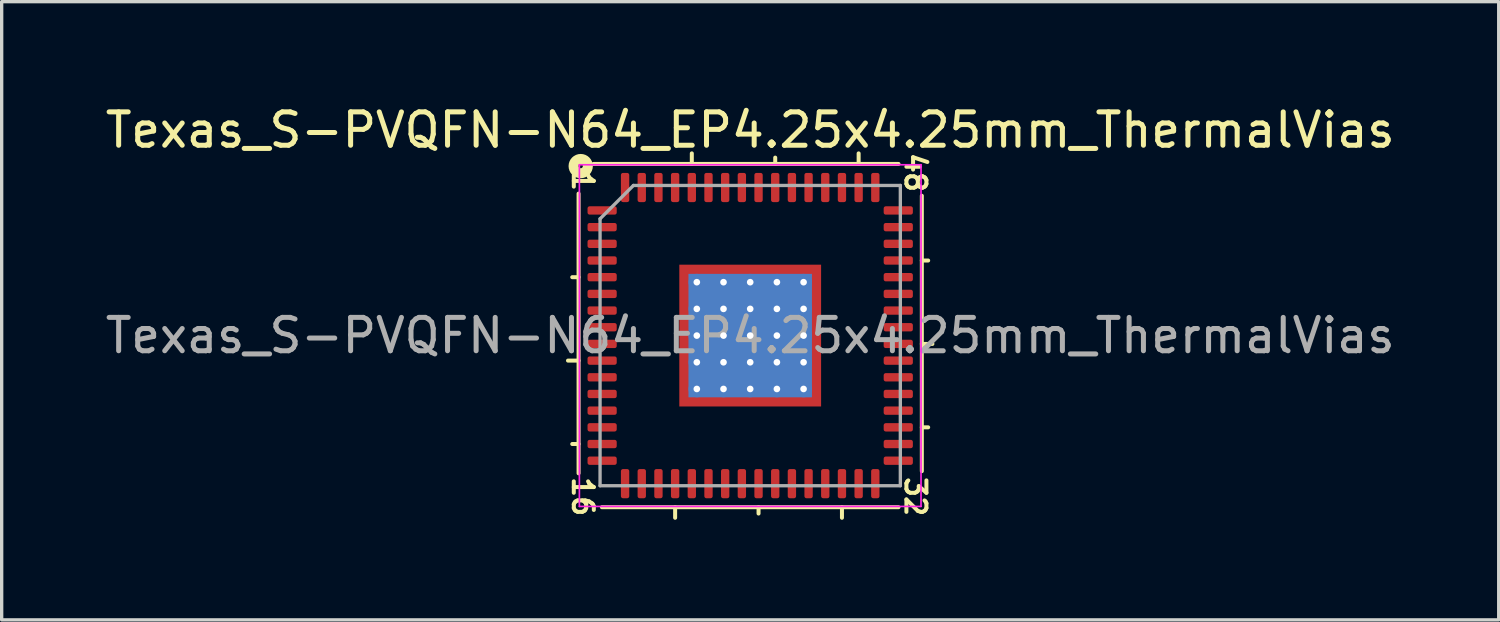
<source format=kicad_pcb>
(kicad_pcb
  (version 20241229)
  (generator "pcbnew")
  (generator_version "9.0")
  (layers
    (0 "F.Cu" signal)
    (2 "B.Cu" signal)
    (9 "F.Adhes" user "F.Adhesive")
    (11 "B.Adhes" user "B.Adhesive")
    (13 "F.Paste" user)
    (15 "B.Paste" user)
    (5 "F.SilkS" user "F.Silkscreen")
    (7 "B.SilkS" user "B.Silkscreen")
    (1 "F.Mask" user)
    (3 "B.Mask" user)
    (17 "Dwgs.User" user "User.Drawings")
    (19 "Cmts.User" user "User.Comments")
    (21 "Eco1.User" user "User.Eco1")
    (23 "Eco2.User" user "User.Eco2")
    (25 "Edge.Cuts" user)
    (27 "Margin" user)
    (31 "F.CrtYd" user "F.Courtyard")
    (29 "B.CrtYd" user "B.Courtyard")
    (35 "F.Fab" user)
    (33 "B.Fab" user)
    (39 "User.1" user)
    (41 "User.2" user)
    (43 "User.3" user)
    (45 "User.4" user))
  (footprint "Texas_S-PVQFN-N64_EP4.25x4.25mm_ThermalVias"
    (layer "F.Cu")
    (at 19.435 7.008)
    (property "Reference" "Texas_S-PVQFN-N64_EP4.25x4.25mm_ThermalVias" (at 0 -6.16 0) (layer "F.SilkS") (effects (font (size 1 1) (thickness 0.15))))
    (attr smd)
    (fp_line (start -5.144 -4.255) (end -5.144 4.128) (stroke (width 0.12) (type solid)) (layer "F.SilkS"))
    (fp_line (start -5.144 -1.75) (end -5.334 -1.75) (stroke (width 0.12) (type solid)) (layer "F.SilkS"))
    (fp_line (start -5.144 0.75) (end -5.461 0.75) (stroke (width 0.12) (type solid)) (layer "F.SilkS"))
    (fp_line (start -5.144 3.25) (end -5.334 3.25) (stroke (width 0.12) (type solid)) (layer "F.SilkS"))
    (fp_line (start -4.445 5.144) (end 4.445 5.144) (stroke (width 0.12) (type solid)) (layer "F.SilkS"))
    (fp_line (start -2.25 5.461) (end -2.25 5.144) (stroke (width 0.12) (type solid)) (layer "F.SilkS"))
    (fp_line (start -1.75 -5.144) (end -1.75 -5.461) (stroke (width 0.12) (type solid)) (layer "F.SilkS"))
    (fp_line (start 0.25 5.334) (end 0.25 5.144) (stroke (width 0.12) (type solid)) (layer "F.SilkS"))
    (fp_line (start 0.75 -5.144) (end 0.75 -5.334) (stroke (width 0.12) (type solid)) (layer "F.SilkS"))
    (fp_line (start 2.75 5.461) (end 2.75 5.144) (stroke (width 0.12) (type solid)) (layer "F.SilkS"))
    (fp_line (start 3.25 -5.144) (end 3.25 -5.461) (stroke (width 0.12) (type solid)) (layer "F.SilkS"))
    (fp_line (start 4.445 -5.144) (end -4.699 -5.144) (stroke (width 0.12) (type solid)) (layer "F.SilkS"))
    (fp_line (start 5.144 -2.25) (end 5.334 -2.25) (stroke (width 0.12) (type solid)) (layer "F.SilkS"))
    (fp_line (start 5.144 0.25) (end 5.461 0.25) (stroke (width 0.12) (type solid)) (layer "F.SilkS"))
    (fp_line (start 5.144 2.75) (end 5.334 2.75) (stroke (width 0.12) (type solid)) (layer "F.SilkS"))
    (fp_line (start 5.144 4.064) (end 5.144 -4.191) (stroke (width 0.12) (type solid)) (layer "F.SilkS"))
    (fp_circle (center -5.08 -5.08) (end -5.016 -5.08) (stroke (width 0.3) (type solid)) (fill no) (layer "F.SilkS"))
    (fp_line (start -5.12 -5.12) (end -5.12 5.12) (stroke (width 0.05) (type solid)) (layer "F.CrtYd"))
    (fp_line (start -5.12 5.12) (end 5.12 5.12) (stroke (width 0.05) (type solid)) (layer "F.CrtYd"))
    (fp_line (start 5.12 -5.12) (end -5.12 -5.12) (stroke (width 0.05) (type solid)) (layer "F.CrtYd"))
    (fp_line (start 5.12 5.12) (end 5.12 -5.12) (stroke (width 0.05) (type solid)) (layer "F.CrtYd"))
    (fp_line (start -4.5 -3.5) (end -3.5 -4.5) (stroke (width 0.1) (type solid)) (layer "F.Fab"))
    (fp_line (start -4.5 4.5) (end -4.5 -3.5) (stroke (width 0.1) (type solid)) (layer "F.Fab"))
    (fp_line (start -3.5 -4.5) (end 4.5 -4.5) (stroke (width 0.1) (type solid)) (layer "F.Fab"))
    (fp_line (start 4.5 -4.5) (end 4.5 4.5) (stroke (width 0.1) (type solid)) (layer "F.Fab"))
    (fp_line (start 4.5 4.5) (end -4.5 4.5) (stroke (width 0.1) (type solid)) (layer "F.Fab"))
    (fp_text user "16" (at -5.016 4.826 270) (unlocked yes) (layer "F.SilkS") (effects (font (size 0.6 0.6) (thickness 0.12))))
    (fp_text user "32" (at 4.953 4.826 270) (unlocked yes) (layer "F.SilkS") (effects (font (size 0.6 0.6) (thickness 0.12))))
    (fp_text user "1" (at -5.016 -4.636 270) (unlocked yes) (layer "F.SilkS") (effects (font (size 0.6 0.6) (thickness 0.12))))
    (fp_text user "48" (at 4.953 -4.889 270) (unlocked yes) (layer "F.SilkS") (effects (font (size 0.6 0.6) (thickness 0.12))))
    (fp_text user "${REFERENCE}" (at 0 0 0) (layer "F.Fab") (effects (font (size 1 1) (thickness 0.15))))
    (pad "" smd custom (at -1.863 -1.863) (size 0.295 0.295) (layers "F.Paste") (options (anchor circle)) (primitives (gr_poly (pts (xy 0.106 -0.013) (xy -0.013 0.106) (xy -0.106 0.106) (xy -0.106 -0.106) (xy 0.106 -0.106)) (width 0.212) (fill yes))))
    (pad "" smd custom (at -1.863 -1.2) (size 0.314 0.314) (layers "F.Paste") (options (anchor circle)) (primitives (gr_poly (pts (xy 0.106 -0.124) (xy 0.106 0.124) (xy 0.013 0.217) (xy -0.106 0.217) (xy -0.106 -0.217) (xy 0.013 -0.217)) (width 0.212) (fill yes))))
    (pad "" smd custom (at -1.863 -0.4) (size 0.314 0.314) (layers "F.Paste") (options (anchor circle)) (primitives (gr_poly (pts (xy 0.106 -0.124) (xy 0.106 0.124) (xy 0.013 0.217) (xy -0.106 0.217) (xy -0.106 -0.217) (xy 0.013 -0.217)) (width 0.212) (fill yes))))
    (pad "" smd custom (at -1.863 0.4) (size 0.314 0.314) (layers "F.Paste") (options (anchor circle)) (primitives (gr_poly (pts (xy 0.106 -0.124) (xy 0.106 0.124) (xy 0.013 0.217) (xy -0.106 0.217) (xy -0.106 -0.217) (xy 0.013 -0.217)) (width 0.212) (fill yes))))
    (pad "" smd custom (at -1.863 1.2) (size 0.314 0.314) (layers "F.Paste") (options (anchor circle)) (primitives (gr_poly (pts (xy 0.106 -0.124) (xy 0.106 0.124) (xy 0.013 0.217) (xy -0.106 0.217) (xy -0.106 -0.217) (xy 0.013 -0.217)) (width 0.212) (fill yes))))
    (pad "" smd custom (at -1.863 1.863) (size 0.295 0.295) (layers "F.Paste") (options (anchor circle)) (primitives (gr_poly (pts (xy 0.106 0.013) (xy 0.106 0.106) (xy -0.106 0.106) (xy -0.106 -0.106) (xy -0.013 -0.106)) (width 0.212) (fill yes))))
    (pad "" smd custom (at -1.2 -1.863) (size 0.314 0.314) (layers "F.Paste") (options (anchor circle)) (primitives (gr_poly (pts (xy 0.217 0.013) (xy 0.124 0.106) (xy -0.124 0.106) (xy -0.217 0.013) (xy -0.217 -0.106) (xy 0.217 -0.106)) (width 0.212) (fill yes))))
    (pad "" smd custom (at -1.2 -1.2) (size 0.555 0.555) (layers "F.Paste") (options (anchor circle)) (primitives (gr_poly (pts (xy 0.232 -0.157) (xy 0.232 0.157) (xy 0.157 0.232) (xy -0.157 0.232) (xy -0.232 0.157) (xy -0.232 -0.157) (xy -0.157 -0.232) (xy 0.157 -0.232)) (width 0.181) (fill yes))))
    (pad "" smd custom (at -1.2 -0.4) (size 0.555 0.555) (layers "F.Paste") (options (anchor circle)) (primitives (gr_poly (pts (xy 0.232 -0.157) (xy 0.232 0.157) (xy 0.157 0.232) (xy -0.157 0.232) (xy -0.232 0.157) (xy -0.232 -0.157) (xy -0.157 -0.232) (xy 0.157 -0.232)) (width 0.181) (fill yes))))
    (pad "" smd custom (at -1.2 0.4) (size 0.555 0.555) (layers "F.Paste") (options (anchor circle)) (primitives (gr_poly (pts (xy 0.232 -0.157) (xy 0.232 0.157) (xy 0.157 0.232) (xy -0.157 0.232) (xy -0.232 0.157) (xy -0.232 -0.157) (xy -0.157 -0.232) (xy 0.157 -0.232)) (width 0.181) (fill yes))))
    (pad "" smd custom (at -1.2 1.2) (size 0.555 0.555) (layers "F.Paste") (options (anchor circle)) (primitives (gr_poly (pts (xy 0.232 -0.157) (xy 0.232 0.157) (xy 0.157 0.232) (xy -0.157 0.232) (xy -0.232 0.157) (xy -0.232 -0.157) (xy -0.157 -0.232) (xy 0.157 -0.232)) (width 0.181) (fill yes))))
    (pad "" smd custom (at -1.2 1.863) (size 0.314 0.314) (layers "F.Paste") (options (anchor circle)) (primitives (gr_poly (pts (xy 0.217 -0.013) (xy 0.217 0.106) (xy -0.217 0.106) (xy -0.217 -0.013) (xy -0.124 -0.106) (xy 0.124 -0.106)) (width 0.212) (fill yes))))
    (pad "" smd custom (at -0.4 -1.863) (size 0.314 0.314) (layers "F.Paste") (options (anchor circle)) (primitives (gr_poly (pts (xy 0.217 0.013) (xy 0.124 0.106) (xy -0.124 0.106) (xy -0.217 0.013) (xy -0.217 -0.106) (xy 0.217 -0.106)) (width 0.212) (fill yes))))
    (pad "" smd custom (at -0.4 -1.2) (size 0.555 0.555) (layers "F.Paste") (options (anchor circle)) (primitives (gr_poly (pts (xy 0.232 -0.157) (xy 0.232 0.157) (xy 0.157 0.232) (xy -0.157 0.232) (xy -0.232 0.157) (xy -0.232 -0.157) (xy -0.157 -0.232) (xy 0.157 -0.232)) (width 0.181) (fill yes))))
    (pad "" smd custom (at -0.4 -0.4) (size 0.555 0.555) (layers "F.Paste") (options (anchor circle)) (primitives (gr_poly (pts (xy 0.232 -0.157) (xy 0.232 0.157) (xy 0.157 0.232) (xy -0.157 0.232) (xy -0.232 0.157) (xy -0.232 -0.157) (xy -0.157 -0.232) (xy 0.157 -0.232)) (width 0.181) (fill yes))))
    (pad "" smd custom (at -0.4 0.4) (size 0.555 0.555) (layers "F.Paste") (options (anchor circle)) (primitives (gr_poly (pts (xy 0.232 -0.157) (xy 0.232 0.157) (xy 0.157 0.232) (xy -0.157 0.232) (xy -0.232 0.157) (xy -0.232 -0.157) (xy -0.157 -0.232) (xy 0.157 -0.232)) (width 0.181) (fill yes))))
    (pad "" smd custom (at -0.4 1.2) (size 0.555 0.555) (layers "F.Paste") (options (anchor circle)) (primitives (gr_poly (pts (xy 0.232 -0.157) (xy 0.232 0.157) (xy 0.157 0.232) (xy -0.157 0.232) (xy -0.232 0.157) (xy -0.232 -0.157) (xy -0.157 -0.232) (xy 0.157 -0.232)) (width 0.181) (fill yes))))
    (pad "" smd custom (at -0.4 1.863) (size 0.314 0.314) (layers "F.Paste") (options (anchor circle)) (primitives (gr_poly (pts (xy 0.217 -0.013) (xy 0.217 0.106) (xy -0.217 0.106) (xy -0.217 -0.013) (xy -0.124 -0.106) (xy 0.124 -0.106)) (width 0.212) (fill yes))))
    (pad "" smd custom (at 0.4 -1.863) (size 0.314 0.314) (layers "F.Paste") (options (anchor circle)) (primitives (gr_poly (pts (xy 0.217 0.013) (xy 0.124 0.106) (xy -0.124 0.106) (xy -0.217 0.013) (xy -0.217 -0.106) (xy 0.217 -0.106)) (width 0.212) (fill yes))))
    (pad "" smd custom (at 0.4 -1.2) (size 0.555 0.555) (layers "F.Paste") (options (anchor circle)) (primitives (gr_poly (pts (xy 0.232 -0.157) (xy 0.232 0.157) (xy 0.157 0.232) (xy -0.157 0.232) (xy -0.232 0.157) (xy -0.232 -0.157) (xy -0.157 -0.232) (xy 0.157 -0.232)) (width 0.181) (fill yes))))
    (pad "" smd custom (at 0.4 -0.4) (size 0.555 0.555) (layers "F.Paste") (options (anchor circle)) (primitives (gr_poly (pts (xy 0.232 -0.157) (xy 0.232 0.157) (xy 0.157 0.232) (xy -0.157 0.232) (xy -0.232 0.157) (xy -0.232 -0.157) (xy -0.157 -0.232) (xy 0.157 -0.232)) (width 0.181) (fill yes))))
    (pad "" smd custom (at 0.4 0.4) (size 0.555 0.555) (layers "F.Paste") (options (anchor circle)) (primitives (gr_poly (pts (xy 0.232 -0.157) (xy 0.232 0.157) (xy 0.157 0.232) (xy -0.157 0.232) (xy -0.232 0.157) (xy -0.232 -0.157) (xy -0.157 -0.232) (xy 0.157 -0.232)) (width 0.181) (fill yes))))
    (pad "" smd custom (at 0.4 1.2) (size 0.555 0.555) (layers "F.Paste") (options (anchor circle)) (primitives (gr_poly (pts (xy 0.232 -0.157) (xy 0.232 0.157) (xy 0.157 0.232) (xy -0.157 0.232) (xy -0.232 0.157) (xy -0.232 -0.157) (xy -0.157 -0.232) (xy 0.157 -0.232)) (width 0.181) (fill yes))))
    (pad "" smd custom (at 0.4 1.863) (size 0.314 0.314) (layers "F.Paste") (options (anchor circle)) (primitives (gr_poly (pts (xy 0.217 -0.013) (xy 0.217 0.106) (xy -0.217 0.106) (xy -0.217 -0.013) (xy -0.124 -0.106) (xy 0.124 -0.106)) (width 0.212) (fill yes))))
    (pad "" smd custom (at 1.2 -1.863) (size 0.314 0.314) (layers "F.Paste") (options (anchor circle)) (primitives (gr_poly (pts (xy 0.217 0.013) (xy 0.124 0.106) (xy -0.124 0.106) (xy -0.217 0.013) (xy -0.217 -0.106) (xy 0.217 -0.106)) (width 0.212) (fill yes))))
    (pad "" smd custom (at 1.2 -1.2) (size 0.555 0.555) (layers "F.Paste") (options (anchor circle)) (primitives (gr_poly (pts (xy 0.232 -0.157) (xy 0.232 0.157) (xy 0.157 0.232) (xy -0.157 0.232) (xy -0.232 0.157) (xy -0.232 -0.157) (xy -0.157 -0.232) (xy 0.157 -0.232)) (width 0.181) (fill yes))))
    (pad "" smd custom (at 1.2 -0.4) (size 0.555 0.555) (layers "F.Paste") (options (anchor circle)) (primitives (gr_poly (pts (xy 0.232 -0.157) (xy 0.232 0.157) (xy 0.157 0.232) (xy -0.157 0.232) (xy -0.232 0.157) (xy -0.232 -0.157) (xy -0.157 -0.232) (xy 0.157 -0.232)) (width 0.181) (fill yes))))
    (pad "" smd custom (at 1.2 0.4) (size 0.555 0.555) (layers "F.Paste") (options (anchor circle)) (primitives (gr_poly (pts (xy 0.232 -0.157) (xy 0.232 0.157) (xy 0.157 0.232) (xy -0.157 0.232) (xy -0.232 0.157) (xy -0.232 -0.157) (xy -0.157 -0.232) (xy 0.157 -0.232)) (width 0.181) (fill yes))))
    (pad "" smd custom (at 1.2 1.2) (size 0.555 0.555) (layers "F.Paste") (options (anchor circle)) (primitives (gr_poly (pts (xy 0.232 -0.157) (xy 0.232 0.157) (xy 0.157 0.232) (xy -0.157 0.232) (xy -0.232 0.157) (xy -0.232 -0.157) (xy -0.157 -0.232) (xy 0.157 -0.232)) (width 0.181) (fill yes))))
    (pad "" smd custom (at 1.2 1.863) (size 0.314 0.314) (layers "F.Paste") (options (anchor circle)) (primitives (gr_poly (pts (xy 0.217 -0.013) (xy 0.217 0.106) (xy -0.217 0.106) (xy -0.217 -0.013) (xy -0.124 -0.106) (xy 0.124 -0.106)) (width 0.212) (fill yes))))
    (pad "" smd custom (at 1.863 -1.863) (size 0.295 0.295) (layers "F.Paste") (options (anchor circle)) (primitives (gr_poly (pts (xy 0.106 0.106) (xy 0.013 0.106) (xy -0.106 -0.013) (xy -0.106 -0.106) (xy 0.106 -0.106)) (width 0.212) (fill yes))))
    (pad "" smd custom (at 1.863 -1.2) (size 0.314 0.314) (layers "F.Paste") (options (anchor circle)) (primitives (gr_poly (pts (xy 0.106 0.217) (xy -0.013 0.217) (xy -0.106 0.124) (xy -0.106 -0.124) (xy -0.013 -0.217) (xy 0.106 -0.217)) (width 0.212) (fill yes))))
    (pad "" smd custom (at 1.863 -0.4) (size 0.314 0.314) (layers "F.Paste") (options (anchor circle)) (primitives (gr_poly (pts (xy 0.106 0.217) (xy -0.013 0.217) (xy -0.106 0.124) (xy -0.106 -0.124) (xy -0.013 -0.217) (xy 0.106 -0.217)) (width 0.212) (fill yes))))
    (pad "" smd custom (at 1.863 0.4) (size 0.314 0.314) (layers "F.Paste") (options (anchor circle)) (primitives (gr_poly (pts (xy 0.106 0.217) (xy -0.013 0.217) (xy -0.106 0.124) (xy -0.106 -0.124) (xy -0.013 -0.217) (xy 0.106 -0.217)) (width 0.212) (fill yes))))
    (pad "" smd custom (at 1.863 1.2) (size 0.314 0.314) (layers "F.Paste") (options (anchor circle)) (primitives (gr_poly (pts (xy 0.106 0.217) (xy -0.013 0.217) (xy -0.106 0.124) (xy -0.106 -0.124) (xy -0.013 -0.217) (xy 0.106 -0.217)) (width 0.212) (fill yes))))
    (pad "" smd custom (at 1.863 1.863) (size 0.295 0.295) (layers "F.Paste") (options (anchor circle)) (primitives (gr_poly (pts (xy 0.106 0.106) (xy -0.106 0.106) (xy -0.106 0.013) (xy 0.013 -0.106) (xy 0.106 -0.106)) (width 0.212) (fill yes))))
    (pad "1" smd roundrect (at -4.438 -3.75) (size 0.875 0.25) (layers "F.Cu" "F.Mask" "F.Paste") (roundrect_rratio 0.25))
    (pad "2" smd roundrect (at -4.438 -3.25) (size 0.875 0.25) (layers "F.Cu" "F.Mask" "F.Paste") (roundrect_rratio 0.25))
    (pad "3" smd roundrect (at -4.438 -2.75) (size 0.875 0.25) (layers "F.Cu" "F.Mask" "F.Paste") (roundrect_rratio 0.25))
    (pad "4" smd roundrect (at -4.438 -2.25) (size 0.875 0.25) (layers "F.Cu" "F.Mask" "F.Paste") (roundrect_rratio 0.25))
    (pad "5" smd roundrect (at -4.438 -1.75) (size 0.875 0.25) (layers "F.Cu" "F.Mask" "F.Paste") (roundrect_rratio 0.25))
    (pad "6" smd roundrect (at -4.438 -1.25) (size 0.875 0.25) (layers "F.Cu" "F.Mask" "F.Paste") (roundrect_rratio 0.25))
    (pad "7" smd roundrect (at -4.438 -0.75) (size 0.875 0.25) (layers "F.Cu" "F.Mask" "F.Paste") (roundrect_rratio 0.25))
    (pad "8" smd roundrect (at -4.438 -0.25) (size 0.875 0.25) (layers "F.Cu" "F.Mask" "F.Paste") (roundrect_rratio 0.25))
    (pad "9" smd roundrect (at -4.438 0.25) (size 0.875 0.25) (layers "F.Cu" "F.Mask" "F.Paste") (roundrect_rratio 0.25))
    (pad "10" smd roundrect (at -4.438 0.75) (size 0.875 0.25) (layers "F.Cu" "F.Mask" "F.Paste") (roundrect_rratio 0.25))
    (pad "11" smd roundrect (at -4.438 1.25) (size 0.875 0.25) (layers "F.Cu" "F.Mask" "F.Paste") (roundrect_rratio 0.25))
    (pad "12" smd roundrect (at -4.438 1.75) (size 0.875 0.25) (layers "F.Cu" "F.Mask" "F.Paste") (roundrect_rratio 0.25))
    (pad "13" smd roundrect (at -4.438 2.25) (size 0.875 0.25) (layers "F.Cu" "F.Mask" "F.Paste") (roundrect_rratio 0.25))
    (pad "14" smd roundrect (at -4.438 2.75) (size 0.875 0.25) (layers "F.Cu" "F.Mask" "F.Paste") (roundrect_rratio 0.25))
    (pad "15" smd roundrect (at -4.438 3.25) (size 0.875 0.25) (layers "F.Cu" "F.Mask" "F.Paste") (roundrect_rratio 0.25))
    (pad "16" smd roundrect (at -4.438 3.75) (size 0.875 0.25) (layers "F.Cu" "F.Mask" "F.Paste") (roundrect_rratio 0.25))
    (pad "17" smd roundrect (at -3.75 4.438) (size 0.25 0.875) (layers "F.Cu" "F.Mask" "F.Paste") (roundrect_rratio 0.25))
    (pad "18" smd roundrect (at -3.25 4.438) (size 0.25 0.875) (layers "F.Cu" "F.Mask" "F.Paste") (roundrect_rratio 0.25))
    (pad "19" smd roundrect (at -2.75 4.438) (size 0.25 0.875) (layers "F.Cu" "F.Mask" "F.Paste") (roundrect_rratio 0.25))
    (pad "20" smd roundrect (at -2.25 4.438) (size 0.25 0.875) (layers "F.Cu" "F.Mask" "F.Paste") (roundrect_rratio 0.25))
    (pad "21" smd roundrect (at -1.75 4.438) (size 0.25 0.875) (layers "F.Cu" "F.Mask" "F.Paste") (roundrect_rratio 0.25))
    (pad "22" smd roundrect (at -1.25 4.438) (size 0.25 0.875) (layers "F.Cu" "F.Mask" "F.Paste") (roundrect_rratio 0.25))
    (pad "23" smd roundrect (at -0.75 4.438) (size 0.25 0.875) (layers "F.Cu" "F.Mask" "F.Paste") (roundrect_rratio 0.25))
    (pad "24" smd roundrect (at -0.25 4.438) (size 0.25 0.875) (layers "F.Cu" "F.Mask" "F.Paste") (roundrect_rratio 0.25))
    (pad "25" smd roundrect (at 0.25 4.438) (size 0.25 0.875) (layers "F.Cu" "F.Mask" "F.Paste") (roundrect_rratio 0.25))
    (pad "26" smd roundrect (at 0.75 4.438) (size 0.25 0.875) (layers "F.Cu" "F.Mask" "F.Paste") (roundrect_rratio 0.25))
    (pad "27" smd roundrect (at 1.25 4.438) (size 0.25 0.875) (layers "F.Cu" "F.Mask" "F.Paste") (roundrect_rratio 0.25))
    (pad "28" smd roundrect (at 1.75 4.438) (size 0.25 0.875) (layers "F.Cu" "F.Mask" "F.Paste") (roundrect_rratio 0.25))
    (pad "29" smd roundrect (at 2.25 4.438) (size 0.25 0.875) (layers "F.Cu" "F.Mask" "F.Paste") (roundrect_rratio 0.25))
    (pad "30" smd roundrect (at 2.75 4.438) (size 0.25 0.875) (layers "F.Cu" "F.Mask" "F.Paste") (roundrect_rratio 0.25))
    (pad "31" smd roundrect (at 3.25 4.438) (size 0.25 0.875) (layers "F.Cu" "F.Mask" "F.Paste") (roundrect_rratio 0.25))
    (pad "32" smd roundrect (at 3.75 4.438) (size 0.25 0.875) (layers "F.Cu" "F.Mask" "F.Paste") (roundrect_rratio 0.25))
    (pad "33" smd roundrect (at 4.438 3.75) (size 0.875 0.25) (layers "F.Cu" "F.Mask" "F.Paste") (roundrect_rratio 0.25))
    (pad "34" smd roundrect (at 4.438 3.25) (size 0.875 0.25) (layers "F.Cu" "F.Mask" "F.Paste") (roundrect_rratio 0.25))
    (pad "35" smd roundrect (at 4.438 2.75) (size 0.875 0.25) (layers "F.Cu" "F.Mask" "F.Paste") (roundrect_rratio 0.25))
    (pad "36" smd roundrect (at 4.438 2.25) (size 0.875 0.25) (layers "F.Cu" "F.Mask" "F.Paste") (roundrect_rratio 0.25))
    (pad "37" smd roundrect (at 4.438 1.75) (size 0.875 0.25) (layers "F.Cu" "F.Mask" "F.Paste") (roundrect_rratio 0.25))
    (pad "38" smd roundrect (at 4.438 1.25) (size 0.875 0.25) (layers "F.Cu" "F.Mask" "F.Paste") (roundrect_rratio 0.25))
    (pad "39" smd roundrect (at 4.438 0.75) (size 0.875 0.25) (layers "F.Cu" "F.Mask" "F.Paste") (roundrect_rratio 0.25))
    (pad "40" smd roundrect (at 4.438 0.25) (size 0.875 0.25) (layers "F.Cu" "F.Mask" "F.Paste") (roundrect_rratio 0.25))
    (pad "41" smd roundrect (at 4.438 -0.25) (size 0.875 0.25) (layers "F.Cu" "F.Mask" "F.Paste") (roundrect_rratio 0.25))
    (pad "42" smd roundrect (at 4.438 -0.75) (size 0.875 0.25) (layers "F.Cu" "F.Mask" "F.Paste") (roundrect_rratio 0.25))
    (pad "43" smd roundrect (at 4.438 -1.25) (size 0.875 0.25) (layers "F.Cu" "F.Mask" "F.Paste") (roundrect_rratio 0.25))
    (pad "44" smd roundrect (at 4.438 -1.75) (size 0.875 0.25) (layers "F.Cu" "F.Mask" "F.Paste") (roundrect_rratio 0.25))
    (pad "45" smd roundrect (at 4.438 -2.25) (size 0.875 0.25) (layers "F.Cu" "F.Mask" "F.Paste") (roundrect_rratio 0.25))
    (pad "46" smd roundrect (at 4.438 -2.75) (size 0.875 0.25) (layers "F.Cu" "F.Mask" "F.Paste") (roundrect_rratio 0.25))
    (pad "47" smd roundrect (at 4.438 -3.25) (size 0.875 0.25) (layers "F.Cu" "F.Mask" "F.Paste") (roundrect_rratio 0.25))
    (pad "48" smd roundrect (at 4.438 -3.75) (size 0.875 0.25) (layers "F.Cu" "F.Mask" "F.Paste") (roundrect_rratio 0.25))
    (pad "49" smd roundrect (at 3.75 -4.438) (size 0.25 0.875) (layers "F.Cu" "F.Mask" "F.Paste") (roundrect_rratio 0.25))
    (pad "50" smd roundrect (at 3.25 -4.438) (size 0.25 0.875) (layers "F.Cu" "F.Mask" "F.Paste") (roundrect_rratio 0.25))
    (pad "51" smd roundrect (at 2.75 -4.438) (size 0.25 0.875) (layers "F.Cu" "F.Mask" "F.Paste") (roundrect_rratio 0.25))
    (pad "52" smd roundrect (at 2.25 -4.438) (size 0.25 0.875) (layers "F.Cu" "F.Mask" "F.Paste") (roundrect_rratio 0.25))
    (pad "53" smd roundrect (at 1.75 -4.438) (size 0.25 0.875) (layers "F.Cu" "F.Mask" "F.Paste") (roundrect_rratio 0.25))
    (pad "54" smd roundrect (at 1.25 -4.438) (size 0.25 0.875) (layers "F.Cu" "F.Mask" "F.Paste") (roundrect_rratio 0.25))
    (pad "55" smd roundrect (at 0.75 -4.438) (size 0.25 0.875) (layers "F.Cu" "F.Mask" "F.Paste") (roundrect_rratio 0.25))
    (pad "56" smd roundrect (at 0.25 -4.438) (size 0.25 0.875) (layers "F.Cu" "F.Mask" "F.Paste") (roundrect_rratio 0.25))
    (pad "57" smd roundrect (at -0.25 -4.438) (size 0.25 0.875) (layers "F.Cu" "F.Mask" "F.Paste") (roundrect_rratio 0.25))
    (pad "58" smd roundrect (at -0.75 -4.438) (size 0.25 0.875) (layers "F.Cu" "F.Mask" "F.Paste") (roundrect_rratio 0.25))
    (pad "59" smd roundrect (at -1.25 -4.438) (size 0.25 0.875) (layers "F.Cu" "F.Mask" "F.Paste") (roundrect_rratio 0.25))
    (pad "60" smd roundrect (at -1.75 -4.438) (size 0.25 0.875) (layers "F.Cu" "F.Mask" "F.Paste") (roundrect_rratio 0.25))
    (pad "61" smd roundrect (at -2.25 -4.438) (size 0.25 0.875) (layers "F.Cu" "F.Mask" "F.Paste") (roundrect_rratio 0.25))
    (pad "62" smd roundrect (at -2.75 -4.438) (size 0.25 0.875) (layers "F.Cu" "F.Mask" "F.Paste") (roundrect_rratio 0.25))
    (pad "63" smd roundrect (at -3.25 -4.438) (size 0.25 0.875) (layers "F.Cu" "F.Mask" "F.Paste") (roundrect_rratio 0.25))
    (pad "64" smd roundrect (at -3.75 -4.438) (size 0.25 0.875) (layers "F.Cu" "F.Mask" "F.Paste") (roundrect_rratio 0.25))
    (pad "65" thru_hole circle (at -1.6 -1.6) (size 0.5 0.5) (drill 0.2) (layers "*.Cu"))
    (pad "65" thru_hole circle (at -1.6 -0.8) (size 0.5 0.5) (drill 0.2) (layers "*.Cu"))
    (pad "65" thru_hole circle (at -1.6 0) (size 0.5 0.5) (drill 0.2) (layers "*.Cu"))
    (pad "65" thru_hole circle (at -1.6 0.8) (size 0.5 0.5) (drill 0.2) (layers "*.Cu"))
    (pad "65" thru_hole circle (at -1.6 1.6) (size 0.5 0.5) (drill 0.2) (layers "*.Cu"))
    (pad "65" thru_hole circle (at -0.8 -1.6) (size 0.5 0.5) (drill 0.2) (layers "*.Cu"))
    (pad "65" thru_hole circle (at -0.8 -0.8) (size 0.5 0.5) (drill 0.2) (layers "*.Cu"))
    (pad "65" thru_hole circle (at -0.8 0) (size 0.5 0.5) (drill 0.2) (layers "*.Cu"))
    (pad "65" thru_hole circle (at -0.8 0.8) (size 0.5 0.5) (drill 0.2) (layers "*.Cu"))
    (pad "65" thru_hole circle (at -0.8 1.6) (size 0.5 0.5) (drill 0.2) (layers "*.Cu"))
    (pad "65" thru_hole circle (at 0 -1.6) (size 0.5 0.5) (drill 0.2) (layers "*.Cu"))
    (pad "65" thru_hole circle (at 0 -0.8) (size 0.5 0.5) (drill 0.2) (layers "*.Cu"))
    (pad "65" thru_hole circle (at 0 0) (size 0.5 0.5) (drill 0.2) (layers "*.Cu"))
    (pad "65" smd rect (at 0 0) (size 3.7 3.7) (layers "B.Cu" "B.Mask"))
    (pad "65" smd rect (at 0 0) (size 4.25 4.25) (layers "F.Cu" "F.Mask"))
    (pad "65" thru_hole circle (at 0 0.8) (size 0.5 0.5) (drill 0.2) (layers "*.Cu"))
    (pad "65" thru_hole circle (at 0 1.6) (size 0.5 0.5) (drill 0.2) (layers "*.Cu"))
    (pad "65" thru_hole circle (at 0.8 -1.6) (size 0.5 0.5) (drill 0.2) (layers "*.Cu"))
    (pad "65" thru_hole circle (at 0.8 -0.8) (size 0.5 0.5) (drill 0.2) (layers "*.Cu"))
    (pad "65" thru_hole circle (at 0.8 0) (size 0.5 0.5) (drill 0.2) (layers "*.Cu"))
    (pad "65" thru_hole circle (at 0.8 0.8) (size 0.5 0.5) (drill 0.2) (layers "*.Cu"))
    (pad "65" thru_hole circle (at 0.8 1.6) (size 0.5 0.5) (drill 0.2) (layers "*.Cu"))
    (pad "65" thru_hole circle (at 1.6 -1.6) (size 0.5 0.5) (drill 0.2) (layers "*.Cu"))
    (pad "65" thru_hole circle (at 1.6 -0.8) (size 0.5 0.5) (drill 0.2) (layers "*.Cu"))
    (pad "65" thru_hole circle (at 1.6 0) (size 0.5 0.5) (drill 0.2) (layers "*.Cu"))
    (pad "65" thru_hole circle (at 1.6 0.8) (size 0.5 0.5) (drill 0.2) (layers "*.Cu"))
    (pad "65" thru_hole circle (at 1.6 1.6) (size 0.5 0.5) (drill 0.2) (layers "*.Cu")))
  (gr_rect
    (start -3 -3)
    (end 41.869 15.529)
    (stroke (width 0.1) (type default))
    (fill no)
    (layer "Edge.Cuts")))
</source>
